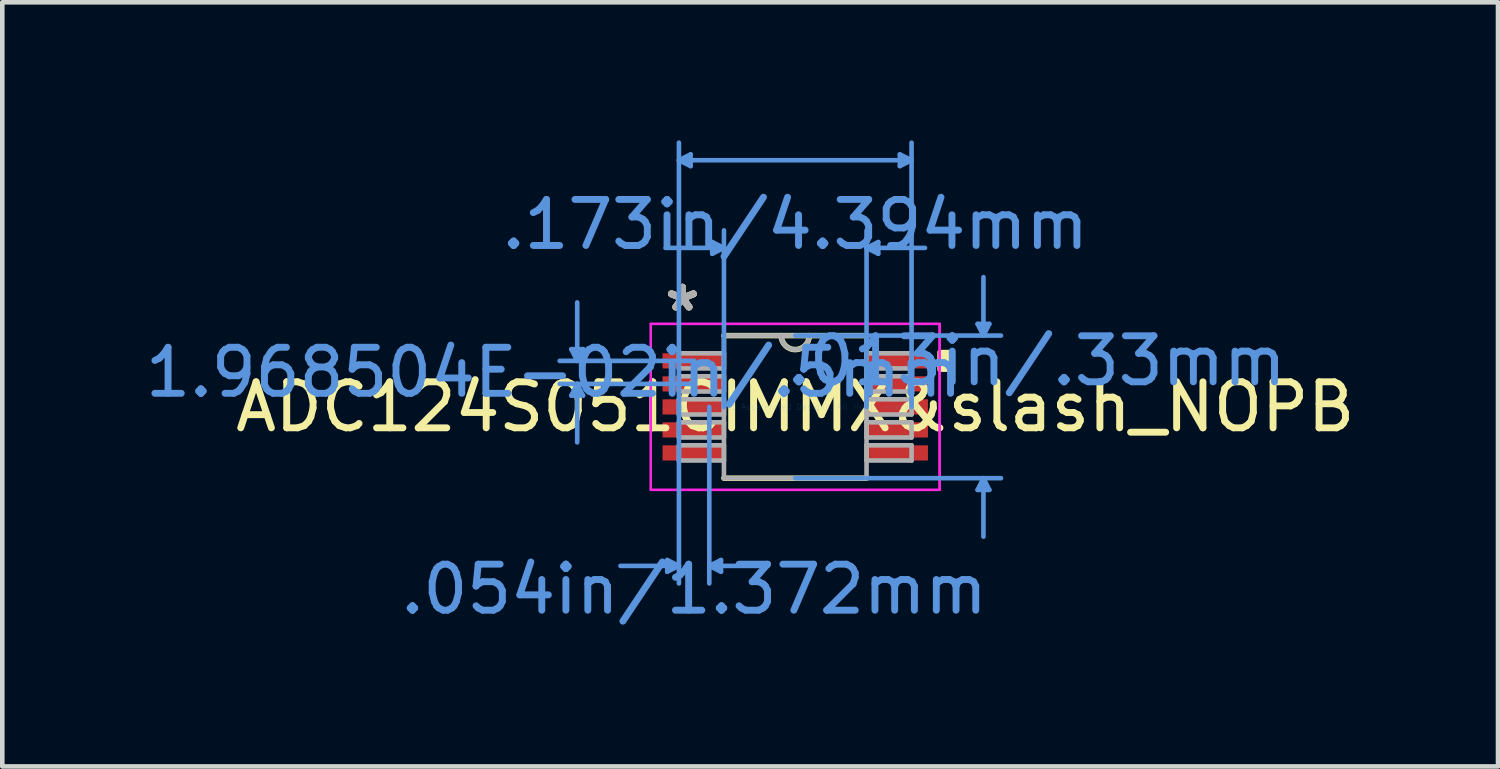
<source format=kicad_pcb>
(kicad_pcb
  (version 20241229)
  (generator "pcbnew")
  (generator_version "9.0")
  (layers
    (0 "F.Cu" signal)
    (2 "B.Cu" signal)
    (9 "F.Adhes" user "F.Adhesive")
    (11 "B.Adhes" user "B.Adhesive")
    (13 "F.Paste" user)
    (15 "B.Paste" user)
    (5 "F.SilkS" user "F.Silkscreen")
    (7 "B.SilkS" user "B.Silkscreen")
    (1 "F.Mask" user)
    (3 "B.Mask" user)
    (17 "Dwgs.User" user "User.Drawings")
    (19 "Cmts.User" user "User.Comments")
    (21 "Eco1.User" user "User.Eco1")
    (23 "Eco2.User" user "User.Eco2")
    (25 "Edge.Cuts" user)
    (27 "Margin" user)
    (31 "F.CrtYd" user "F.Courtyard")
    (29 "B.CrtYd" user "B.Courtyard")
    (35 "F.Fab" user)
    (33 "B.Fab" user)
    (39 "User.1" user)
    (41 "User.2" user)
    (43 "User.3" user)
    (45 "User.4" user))
  (footprint "ADC124S051CIMMX&slash_NOPB"
    (layer "F.Cu")
    (at 14.227 5.79)
    (property "Reference" "ADC124S051CIMMX&slash_NOPB" (at 0 0 0) (layer "F.SilkS") (effects (font (size 1 1) (thickness 0.15))))
    (attr through_hole)
    (fp_line (start -1.549 1.549) (end 1.549 1.549) (stroke (width 0.12) (type solid)) (layer "F.SilkS"))
    (fp_line (start 1.549 -1.549) (end -1.549 -1.549) (stroke (width 0.12) (type solid)) (layer "F.SilkS"))
    (fp_arc (start 0.3048 -1.5494) (mid 0 -1.2446) (end -0.3048 -1.5494) (stroke (width 0.12) (type solid)) (layer "F.SilkS"))
    (fp_poly (pts (xy 3.391 -1.191) (xy 3.391 -0.81) (xy 3.137 -0.81) (xy 3.137 -1.191)) (stroke (width 0.1) (type solid)) (fill yes) (layer "F.SilkS"))
    (fp_line (start -4.864 -1.254) (end -4.61 -1.254) (stroke (width 0.1) (type solid)) (layer "Cmts.User"))
    (fp_line (start -4.864 -0.246) (end -4.61 -0.246) (stroke (width 0.1) (type solid)) (layer "Cmts.User"))
    (fp_line (start -4.737 -1) (end -4.864 -1.254) (stroke (width 0.1) (type solid)) (layer "Cmts.User"))
    (fp_line (start -4.737 -1) (end -4.737 -2.27) (stroke (width 0.1) (type solid)) (layer "Cmts.User"))
    (fp_line (start -4.737 -1) (end -4.61 -1.254) (stroke (width 0.1) (type solid)) (layer "Cmts.User"))
    (fp_line (start -4.737 -0.5) (end -4.864 -0.246) (stroke (width 0.1) (type solid)) (layer "Cmts.User"))
    (fp_line (start -4.737 -0.5) (end -4.737 0.77) (stroke (width 0.1) (type solid)) (layer "Cmts.User"))
    (fp_line (start -4.737 -0.5) (end -4.61 -0.246) (stroke (width 0.1) (type solid)) (layer "Cmts.User"))
    (fp_line (start -2.781 3.327) (end -2.781 3.581) (stroke (width 0.1) (type solid)) (layer "Cmts.User"))
    (fp_line (start -2.527 -5.359) (end -2.273 -5.486) (stroke (width 0.1) (type solid)) (layer "Cmts.User"))
    (fp_line (start -2.527 -5.359) (end -2.273 -5.232) (stroke (width 0.1) (type solid)) (layer "Cmts.User"))
    (fp_line (start -2.527 -5.359) (end 2.527 -5.359) (stroke (width 0.1) (type solid)) (layer "Cmts.User"))
    (fp_line (start -2.527 0) (end -2.527 -5.74) (stroke (width 0.1) (type solid)) (layer "Cmts.User"))
    (fp_line (start -2.527 0) (end -2.527 3.835) (stroke (width 0.1) (type solid)) (layer "Cmts.User"))
    (fp_line (start -2.527 3.454) (end -3.797 3.454) (stroke (width 0.1) (type solid)) (layer "Cmts.User"))
    (fp_line (start -2.527 3.454) (end -2.781 3.327) (stroke (width 0.1) (type solid)) (layer "Cmts.User"))
    (fp_line (start -2.527 3.454) (end -2.781 3.581) (stroke (width 0.1) (type solid)) (layer "Cmts.User"))
    (fp_line (start -2.273 -5.486) (end -2.273 -5.232) (stroke (width 0.1) (type solid)) (layer "Cmts.User"))
    (fp_line (start -2.197 -1) (end -5.118 -1) (stroke (width 0.1) (type solid)) (layer "Cmts.User"))
    (fp_line (start -2.197 -0.5) (end -5.118 -0.5) (stroke (width 0.1) (type solid)) (layer "Cmts.User"))
    (fp_line (start -1.867 0) (end -1.867 3.835) (stroke (width 0.1) (type solid)) (layer "Cmts.User"))
    (fp_line (start -1.867 3.454) (end -1.613 3.327) (stroke (width 0.1) (type solid)) (layer "Cmts.User"))
    (fp_line (start -1.867 3.454) (end -1.613 3.581) (stroke (width 0.1) (type solid)) (layer "Cmts.User"))
    (fp_line (start -1.867 3.454) (end -0.597 3.454) (stroke (width 0.1) (type solid)) (layer "Cmts.User"))
    (fp_line (start -1.803 -3.581) (end -1.803 -3.327) (stroke (width 0.1) (type solid)) (layer "Cmts.User"))
    (fp_line (start -1.613 3.327) (end -1.613 3.581) (stroke (width 0.1) (type solid)) (layer "Cmts.User"))
    (fp_line (start -1.549 -3.454) (end -2.819 -3.454) (stroke (width 0.1) (type solid)) (layer "Cmts.User"))
    (fp_line (start -1.549 -3.454) (end -1.803 -3.581) (stroke (width 0.1) (type solid)) (layer "Cmts.User"))
    (fp_line (start -1.549 -3.454) (end -1.803 -3.327) (stroke (width 0.1) (type solid)) (layer "Cmts.User"))
    (fp_line (start -1.549 0) (end -1.549 -3.835) (stroke (width 0.1) (type solid)) (layer "Cmts.User"))
    (fp_line (start 0 -1.549) (end 4.47 -1.549) (stroke (width 0.1) (type solid)) (layer "Cmts.User"))
    (fp_line (start 0 1.549) (end 4.47 1.549) (stroke (width 0.1) (type solid)) (layer "Cmts.User"))
    (fp_line (start 1.549 -3.454) (end 1.803 -3.581) (stroke (width 0.1) (type solid)) (layer "Cmts.User"))
    (fp_line (start 1.549 -3.454) (end 1.803 -3.327) (stroke (width 0.1) (type solid)) (layer "Cmts.User"))
    (fp_line (start 1.549 -3.454) (end 2.819 -3.454) (stroke (width 0.1) (type solid)) (layer "Cmts.User"))
    (fp_line (start 1.549 0) (end 1.549 -3.835) (stroke (width 0.1) (type solid)) (layer "Cmts.User"))
    (fp_line (start 1.803 -3.581) (end 1.803 -3.327) (stroke (width 0.1) (type solid)) (layer "Cmts.User"))
    (fp_line (start 2.273 -5.486) (end 2.273 -5.232) (stroke (width 0.1) (type solid)) (layer "Cmts.User"))
    (fp_line (start 2.527 -5.359) (end 2.273 -5.486) (stroke (width 0.1) (type solid)) (layer "Cmts.User"))
    (fp_line (start 2.527 -5.359) (end 2.273 -5.232) (stroke (width 0.1) (type solid)) (layer "Cmts.User"))
    (fp_line (start 2.527 0) (end 2.527 -5.74) (stroke (width 0.1) (type solid)) (layer "Cmts.User"))
    (fp_line (start 3.962 -1.803) (end 4.216 -1.803) (stroke (width 0.1) (type solid)) (layer "Cmts.User"))
    (fp_line (start 3.962 1.803) (end 4.216 1.803) (stroke (width 0.1) (type solid)) (layer "Cmts.User"))
    (fp_line (start 4.089 -1.549) (end 3.962 -1.803) (stroke (width 0.1) (type solid)) (layer "Cmts.User"))
    (fp_line (start 4.089 -1.549) (end 4.089 -2.819) (stroke (width 0.1) (type solid)) (layer "Cmts.User"))
    (fp_line (start 4.089 -1.549) (end 4.216 -1.803) (stroke (width 0.1) (type solid)) (layer "Cmts.User"))
    (fp_line (start 4.089 1.549) (end 3.962 1.803) (stroke (width 0.1) (type solid)) (layer "Cmts.User"))
    (fp_line (start 4.089 1.549) (end 4.089 2.819) (stroke (width 0.1) (type solid)) (layer "Cmts.User"))
    (fp_line (start 4.089 1.549) (end 4.216 1.803) (stroke (width 0.1) (type solid)) (layer "Cmts.User"))
    (fp_line (start -3.137 -1.803) (end 3.137 -1.803) (stroke (width 0.05) (type solid)) (layer "F.CrtYd"))
    (fp_line (start -3.137 -1.803) (end 3.137 -1.803) (stroke (width 0.05) (type solid)) (layer "F.CrtYd"))
    (fp_line (start -3.137 1.803) (end -3.137 -1.803) (stroke (width 0.05) (type solid)) (layer "F.CrtYd"))
    (fp_line (start -3.137 1.803) (end -3.137 -1.803) (stroke (width 0.05) (type solid)) (layer "F.CrtYd"))
    (fp_line (start 3.137 -1.803) (end 3.137 1.803) (stroke (width 0.05) (type solid)) (layer "F.CrtYd"))
    (fp_line (start 3.137 -1.803) (end 3.137 1.803) (stroke (width 0.05) (type solid)) (layer "F.CrtYd"))
    (fp_line (start 3.137 1.803) (end -3.137 1.803) (stroke (width 0.05) (type solid)) (layer "F.CrtYd"))
    (fp_line (start 3.137 1.803) (end -3.137 1.803) (stroke (width 0.05) (type solid)) (layer "F.CrtYd"))
    (fp_line (start -2.527 -1.165) (end -2.527 -0.835) (stroke (width 0.1) (type solid)) (layer "F.Fab"))
    (fp_line (start -2.527 -0.835) (end -1.549 -0.835) (stroke (width 0.1) (type solid)) (layer "F.Fab"))
    (fp_line (start -2.527 -0.665) (end -2.527 -0.335) (stroke (width 0.1) (type solid)) (layer "F.Fab"))
    (fp_line (start -2.527 -0.335) (end -1.549 -0.335) (stroke (width 0.1) (type solid)) (layer "F.Fab"))
    (fp_line (start -2.527 -0.165) (end -2.527 0.165) (stroke (width 0.1) (type solid)) (layer "F.Fab"))
    (fp_line (start -2.527 0.165) (end -1.549 0.165) (stroke (width 0.1) (type solid)) (layer "F.Fab"))
    (fp_line (start -2.527 0.335) (end -2.527 0.665) (stroke (width 0.1) (type solid)) (layer "F.Fab"))
    (fp_line (start -2.527 0.665) (end -1.549 0.665) (stroke (width 0.1) (type solid)) (layer "F.Fab"))
    (fp_line (start -2.527 0.835) (end -2.527 1.165) (stroke (width 0.1) (type solid)) (layer "F.Fab"))
    (fp_line (start -2.527 1.165) (end -1.549 1.165) (stroke (width 0.1) (type solid)) (layer "F.Fab"))
    (fp_line (start -1.549 -1.549) (end -1.549 1.549) (stroke (width 0.1) (type solid)) (layer "F.Fab"))
    (fp_line (start -1.549 -1.165) (end -2.527 -1.165) (stroke (width 0.1) (type solid)) (layer "F.Fab"))
    (fp_line (start -1.549 -0.835) (end -1.549 -1.165) (stroke (width 0.1) (type solid)) (layer "F.Fab"))
    (fp_line (start -1.549 -0.665) (end -2.527 -0.665) (stroke (width 0.1) (type solid)) (layer "F.Fab"))
    (fp_line (start -1.549 -0.335) (end -1.549 -0.665) (stroke (width 0.1) (type solid)) (layer "F.Fab"))
    (fp_line (start -1.549 -0.165) (end -2.527 -0.165) (stroke (width 0.1) (type solid)) (layer "F.Fab"))
    (fp_line (start -1.549 0.165) (end -1.549 -0.165) (stroke (width 0.1) (type solid)) (layer "F.Fab"))
    (fp_line (start -1.549 0.335) (end -2.527 0.335) (stroke (width 0.1) (type solid)) (layer "F.Fab"))
    (fp_line (start -1.549 0.665) (end -1.549 0.335) (stroke (width 0.1) (type solid)) (layer "F.Fab"))
    (fp_line (start -1.549 0.835) (end -2.527 0.835) (stroke (width 0.1) (type solid)) (layer "F.Fab"))
    (fp_line (start -1.549 1.165) (end -1.549 0.835) (stroke (width 0.1) (type solid)) (layer "F.Fab"))
    (fp_line (start -1.549 1.549) (end 1.549 1.549) (stroke (width 0.1) (type solid)) (layer "F.Fab"))
    (fp_line (start 1.549 -1.549) (end -1.549 -1.549) (stroke (width 0.1) (type solid)) (layer "F.Fab"))
    (fp_line (start 1.549 -1.165) (end 1.549 -0.835) (stroke (width 0.1) (type solid)) (layer "F.Fab"))
    (fp_line (start 1.549 -0.835) (end 2.527 -0.835) (stroke (width 0.1) (type solid)) (layer "F.Fab"))
    (fp_line (start 1.549 -0.665) (end 1.549 -0.335) (stroke (width 0.1) (type solid)) (layer "F.Fab"))
    (fp_line (start 1.549 -0.335) (end 2.527 -0.335) (stroke (width 0.1) (type solid)) (layer "F.Fab"))
    (fp_line (start 1.549 -0.165) (end 1.549 0.165) (stroke (width 0.1) (type solid)) (layer "F.Fab"))
    (fp_line (start 1.549 0.165) (end 2.527 0.165) (stroke (width 0.1) (type solid)) (layer "F.Fab"))
    (fp_line (start 1.549 0.335) (end 1.549 0.665) (stroke (width 0.1) (type solid)) (layer "F.Fab"))
    (fp_line (start 1.549 0.665) (end 2.527 0.665) (stroke (width 0.1) (type solid)) (layer "F.Fab"))
    (fp_line (start 1.549 0.835) (end 1.549 1.165) (stroke (width 0.1) (type solid)) (layer "F.Fab"))
    (fp_line (start 1.549 1.165) (end 2.527 1.165) (stroke (width 0.1) (type solid)) (layer "F.Fab"))
    (fp_line (start 1.549 1.549) (end 1.549 -1.549) (stroke (width 0.1) (type solid)) (layer "F.Fab"))
    (fp_line (start 2.527 -1.165) (end 1.549 -1.165) (stroke (width 0.1) (type solid)) (layer "F.Fab"))
    (fp_line (start 2.527 -0.835) (end 2.527 -1.165) (stroke (width 0.1) (type solid)) (layer "F.Fab"))
    (fp_line (start 2.527 -0.665) (end 1.549 -0.665) (stroke (width 0.1) (type solid)) (layer "F.Fab"))
    (fp_line (start 2.527 -0.335) (end 2.527 -0.665) (stroke (width 0.1) (type solid)) (layer "F.Fab"))
    (fp_line (start 2.527 -0.165) (end 1.549 -0.165) (stroke (width 0.1) (type solid)) (layer "F.Fab"))
    (fp_line (start 2.527 0.165) (end 2.527 -0.165) (stroke (width 0.1) (type solid)) (layer "F.Fab"))
    (fp_line (start 2.527 0.335) (end 1.549 0.335) (stroke (width 0.1) (type solid)) (layer "F.Fab"))
    (fp_line (start 2.527 0.665) (end 2.527 0.335) (stroke (width 0.1) (type solid)) (layer "F.Fab"))
    (fp_line (start 2.527 0.835) (end 1.549 0.835) (stroke (width 0.1) (type solid)) (layer "F.Fab"))
    (fp_line (start 2.527 1.165) (end 2.527 0.835) (stroke (width 0.1) (type solid)) (layer "F.Fab"))
    (fp_arc (start 0.3048 -1.5494) (mid 0 -1.2446) (end -0.3048 -1.5494) (stroke (width 0.1) (type solid)) (layer "F.Fab"))
    (fp_text user "*" (at -2.451 -2.054 0) (layer "F.SilkS") (effects (font (size 1 1) (thickness 0.15))))
    (fp_text user "*" (at -2.451 -2.054 0) (layer "F.SilkS") (effects (font (size 1 1) (thickness 0.15))))
    (fp_text user ".054in/1.372mm" (at -2.197 3.962 0) (layer "Cmts.User") (effects (font (size 1 1) (thickness 0.15))))
    (fp_text user ".173in/4.394mm" (at 0 -3.962 0) (layer "Cmts.User") (effects (font (size 1 1) (thickness 0.15))))
    (fp_text user "Copyright 2021 Accelerated Designs. All rights reserved." (at 0 0 0) (layer "Cmts.User") (effects (font (size 0.127 0.127) (thickness 0.002))))
    (fp_text user "1.968504E-02in/.5mm" (at -5.245 -0.75 0) (layer "Cmts.User") (effects (font (size 1 1) (thickness 0.15))))
    (fp_text user ".013in/.33mm" (at 5.245 -1 0) (layer "Cmts.User") (effects (font (size 1 1) (thickness 0.15))))
    (fp_text user "*" (at -2.451 -2.054 0) (layer "F.Fab") (effects (font (size 1 1) (thickness 0.15))))
    (fp_text user "*" (at -2.451 -2.054 0) (layer "F.Fab") (effects (font (size 1 1) (thickness 0.15))))
    (pad "1" smd rect (at -2.197 -1) (size 1.372 0.33) (layers "F.Cu" "F.Mask" "F.Paste"))
    (pad "2" smd rect (at -2.197 -0.5) (size 1.372 0.33) (layers "F.Cu" "F.Mask" "F.Paste"))
    (pad "3" smd rect (at -2.197 0) (size 1.372 0.33) (layers "F.Cu" "F.Mask" "F.Paste"))
    (pad "4" smd rect (at -2.197 0.5) (size 1.372 0.33) (layers "F.Cu" "F.Mask" "F.Paste"))
    (pad "5" smd rect (at -2.197 1) (size 1.372 0.33) (layers "F.Cu" "F.Mask" "F.Paste"))
    (pad "6" smd rect (at 2.197 1) (size 1.372 0.33) (layers "F.Cu" "F.Mask" "F.Paste"))
    (pad "7" smd rect (at 2.197 0.5) (size 1.372 0.33) (layers "F.Cu" "F.Mask" "F.Paste"))
    (pad "8" smd rect (at 2.197 0) (size 1.372 0.33) (layers "F.Cu" "F.Mask" "F.Paste"))
    (pad "9" smd rect (at 2.197 -0.5) (size 1.372 0.33) (layers "F.Cu" "F.Mask" "F.Paste"))
    (pad "10" smd rect (at 2.197 -1) (size 1.372 0.33) (layers "F.Cu" "F.Mask" "F.Paste")))
  (gr_rect
    (start -3 -3)
    (end 29.495 13.601)
    (stroke (width 0.1) (type default))
    (fill no)
    (layer "Edge.Cuts")))
</source>
